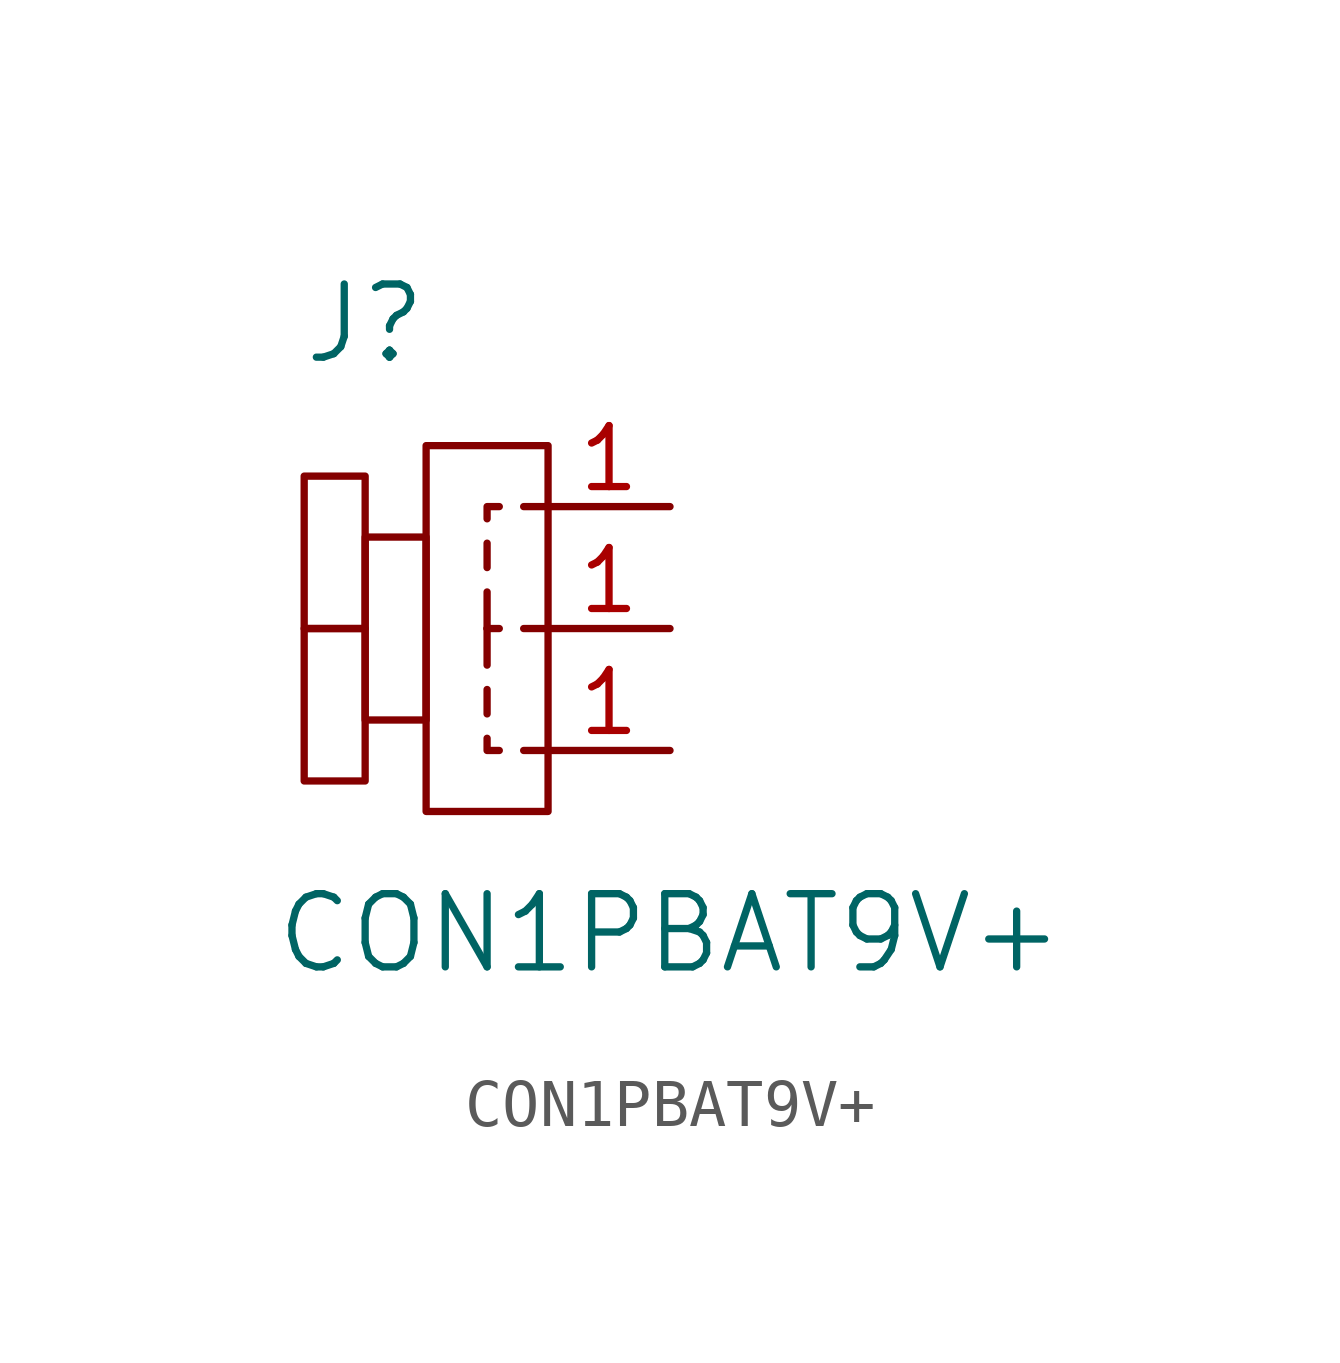
<source format=kicad_sym>
(kicad_symbol_lib
  (version 20211014)
  (generator kicad_symbol_editor)
  (symbol "CON1PBAT9V+"
    (pin_names
      (offset 1.016) hide)
    (property "Reference" "J"
      (at -3.81 6.35 0)
      (effects (font (size 1.524 1.524))))
    (property "Value" "CON1PBAT9V+"
      (at 2.54 -6.35 0)
      (effects (font (size 1.524 1.524))))
    (property "Footprint" ""
      (at 0 0 0)
      (effects (font (size 1.524 1.524))))
    (property "Datasheet" ""
      (at 0 0 0)
      (effects (font (size 1.524 1.524))))
    (symbol "CON1PBAT9V+_0_0"
      (rectangle (start -3.81 -3.175) (end -5.08 0) (stroke (width 0) (type default) (color 0 0 0 0)) (fill (type none)))
      (rectangle (start -3.81 1.905) (end -2.54 -1.905) (stroke (width 0) (type default) (color 0 0 0 0)) (fill (type none)))
      (rectangle (start -3.81 3.175) (end -5.08 0) (stroke (width 0) (type default) (color 0 0 0 0)) (fill (type none)))
      (polyline (pts (xy -1.27 -1.27) (xy -1.27 -1.778)) (stroke (width 0) (type default) (color 0 0 0 0)) (fill (type none)))
      (polyline (pts (xy -1.27 0) (xy -1.27 -0.762)) (stroke (width 0) (type default) (color 0 0 0 0)) (fill (type none)))
      (polyline (pts (xy -1.27 0.762) (xy -1.27 0)) (stroke (width 0) (type default) (color 0 0 0 0)) (fill (type none)))
      (polyline (pts (xy -1.27 1.778) (xy -1.27 1.27)) (stroke (width 0) (type default) (color 0 0 0 0)) (fill (type none)))
      (polyline (pts (xy -1.016 0) (xy -1.27 0)) (stroke (width 0) (type default) (color 0 0 0 0)) (fill (type none)))
      (polyline (pts (xy -0.508 -2.54) (xy 0 -2.54)) (stroke (width 0) (type default) (color 0 0 0 0)) (fill (type none)))
      (polyline (pts (xy 0 0) (xy -0.508 0)) (stroke (width 0) (type default) (color 0 0 0 0)) (fill (type none)))
      (polyline (pts (xy 0 2.54) (xy -0.508 2.54)) (stroke (width 0) (type default) (color 0 0 0 0)) (fill (type none)))
      (polyline (pts (xy -1.27 -2.286) (xy -1.27 -2.54) (xy -1.016 -2.54)) (stroke (width 0) (type default) (color 0 0 0 0)) (fill (type none)))
      (polyline (pts (xy -1.016 2.54) (xy -1.27 2.54) (xy -1.27 2.286)) (stroke (width 0) (type default) (color 0 0 0 0)) (fill (type none)))
      (rectangle (start 0 3.81) (end -2.54 -3.81) (stroke (width 0) (type default) (color 0 0 0 0)) (fill (type none))))
    (symbol "CON1PBAT9V+_1_1"
      (pin passive line (at 2.54 -2.54 180) (length 2.54) (name "1" (effects (font (size 1.27 1.27)))) (number "1" (effects (font (size 1.27 1.27)))))
      (pin passive line (at 2.54 0 180) (length 2.54) (name "1" (effects (font (size 1.27 1.27)))) (number "1" (effects (font (size 1.27 1.27)))))
      (pin passive line (at 2.54 2.54 180) (length 2.54) (name "1" (effects (font (size 1.27 1.27)))) (number "1" (effects (font (size 1.27 1.27))))))))
</source>
